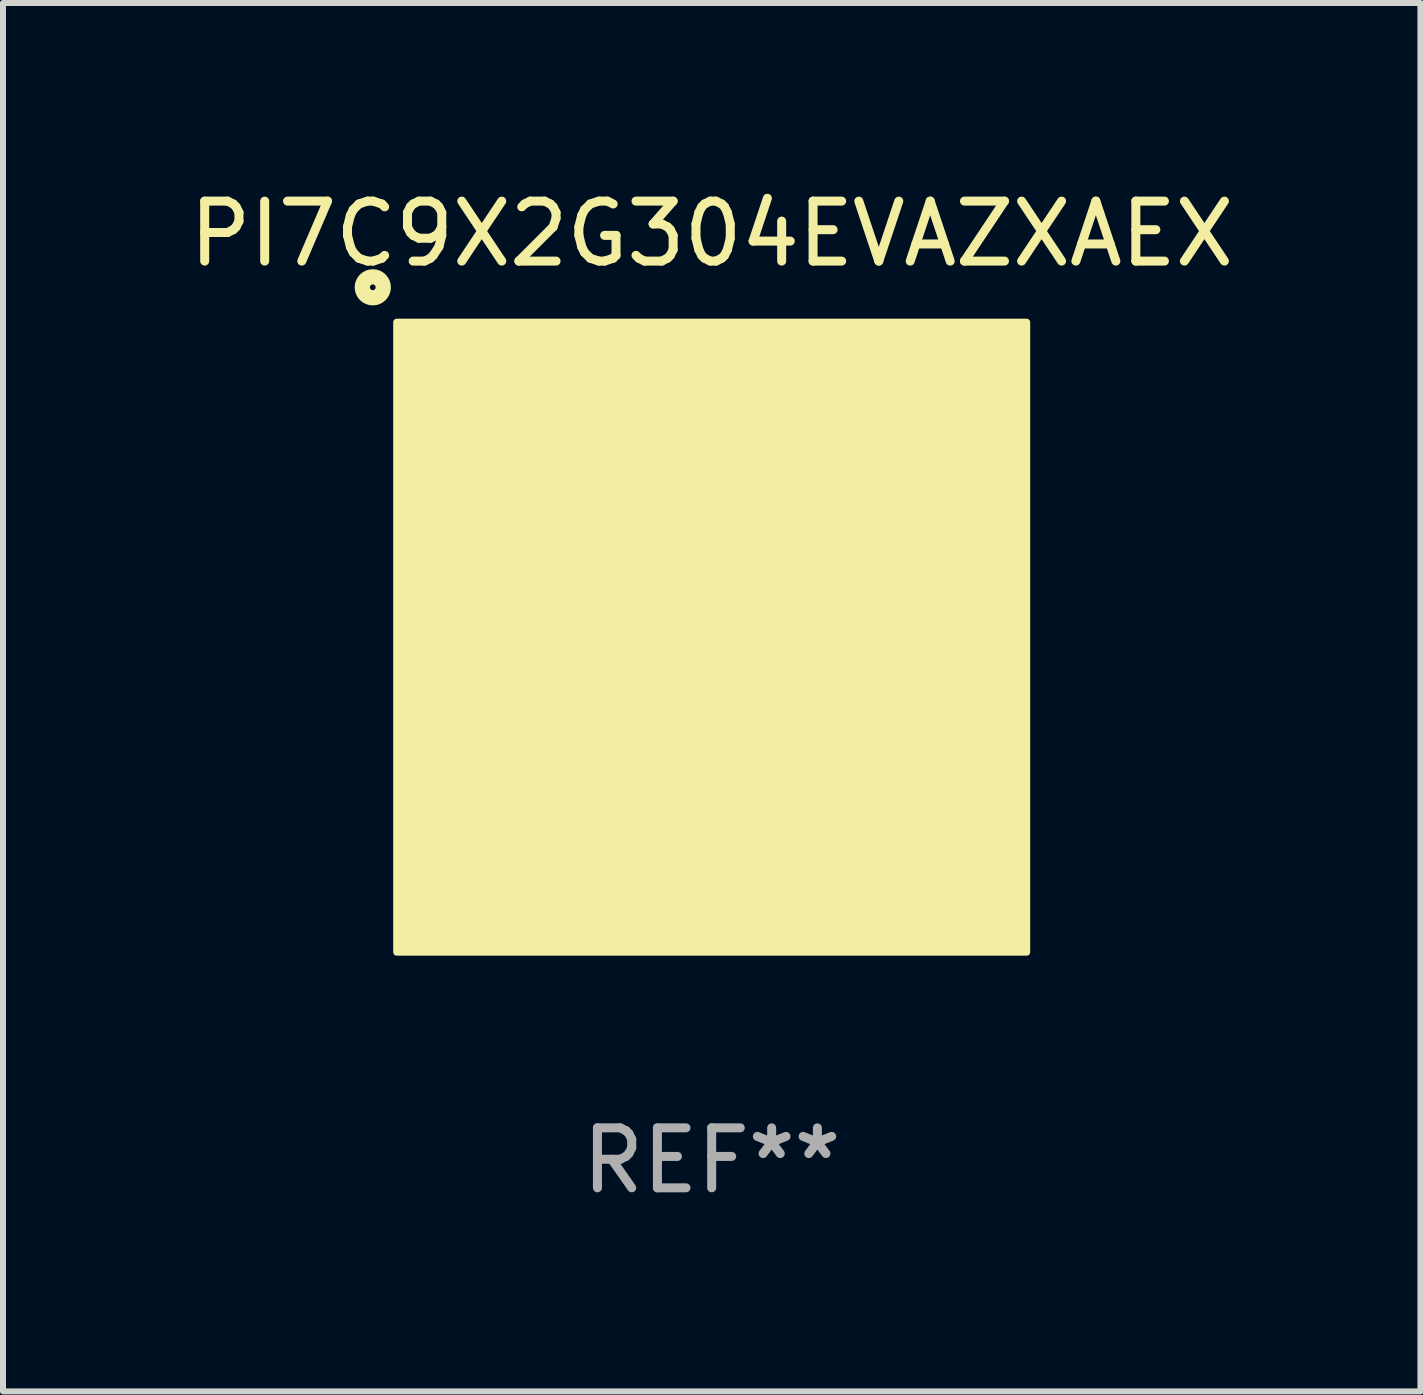
<source format=kicad_pcb>
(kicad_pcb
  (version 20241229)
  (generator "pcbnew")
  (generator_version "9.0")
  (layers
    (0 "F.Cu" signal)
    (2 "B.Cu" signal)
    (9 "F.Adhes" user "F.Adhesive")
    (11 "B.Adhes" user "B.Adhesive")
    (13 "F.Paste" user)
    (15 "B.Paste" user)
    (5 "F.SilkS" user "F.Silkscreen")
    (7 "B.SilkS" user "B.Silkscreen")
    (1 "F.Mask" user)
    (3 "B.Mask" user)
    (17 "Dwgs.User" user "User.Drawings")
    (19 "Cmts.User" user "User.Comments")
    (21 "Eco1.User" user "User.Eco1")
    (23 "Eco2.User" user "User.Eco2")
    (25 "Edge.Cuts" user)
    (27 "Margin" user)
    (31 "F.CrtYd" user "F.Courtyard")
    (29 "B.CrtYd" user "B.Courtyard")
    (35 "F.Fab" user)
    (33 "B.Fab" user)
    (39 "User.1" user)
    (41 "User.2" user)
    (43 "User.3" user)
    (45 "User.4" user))
  (footprint "PI7C9X2G304EVAZXAEX"
    (layer "F.Cu")
    (at 8.815 7.573)
    (property "Reference" "PI7C9X2G304EVAZXAEX" (at 0 -6.725 0) (layer "F.SilkS") (effects (font (size 1 1) (thickness 0.15))))
    (attr through_hole)
    (fp_circle (center -5.65 -5.833) (end -5.475 -5.833) (stroke (width 0.254) (type solid)) (fill no) (layer "F.SilkS"))
    (fp_circle (center -5 -5) (end -4.97 -5) (stroke (width 0.06) (type solid)) (fill no) (layer "F.SilkS"))
    (fp_poly (pts (xy -5.25 -5.25) (xy 5.25 -5.25) (xy 5.25 5.25) (xy -5.25 5.25)) (stroke (width 0.12) (type solid)) (fill yes) (layer "F.SilkS"))
    (fp_text user "REF**" (at 0 8.725 0) (layer "F.Fab") (effects (font (size 1 1) (thickness 0.15))))
    (pad "A1" smd rect (at -4.25 -4.725) (size 0.2 0.35) (layers "F.Cu" "F.Mask" "F.Paste"))
    (pad "A3" smd rect (at -3.75 -4.725) (size 0.2 0.35) (layers "F.Cu" "F.Mask" "F.Paste"))
    (pad "A5" smd rect (at -3.25 -4.725) (size 0.2 0.35) (layers "F.Cu" "F.Mask" "F.Paste"))
    (pad "A7" smd rect (at -2.75 -4.725) (size 0.2 0.35) (layers "F.Cu" "F.Mask" "F.Paste"))
    (pad "A9" smd rect (at -2.25 -4.725) (size 0.2 0.35) (layers "F.Cu" "F.Mask" "F.Paste"))
    (pad "A11" smd rect (at -1.75 -4.725) (size 0.2 0.35) (layers "F.Cu" "F.Mask" "F.Paste"))
    (pad "A13" smd rect (at -1.25 -4.725) (size 0.2 0.35) (layers "F.Cu" "F.Mask" "F.Paste"))
    (pad "A15" smd rect (at -0.75 -4.725) (size 0.2 0.35) (layers "F.Cu" "F.Mask" "F.Paste"))
    (pad "A17" smd rect (at -0.25 -4.725) (size 0.2 0.35) (layers "F.Cu" "F.Mask" "F.Paste"))
    (pad "A19" smd rect (at 0.25 -4.725) (size 0.2 0.35) (layers "F.Cu" "F.Mask" "F.Paste"))
    (pad "A21" smd rect (at 0.75 -4.725) (size 0.2 0.35) (layers "F.Cu" "F.Mask" "F.Paste"))
    (pad "A23" smd rect (at 1.25 -4.725) (size 0.2 0.35) (layers "F.Cu" "F.Mask" "F.Paste"))
    (pad "A25" smd rect (at 1.75 -4.725) (size 0.2 0.35) (layers "F.Cu" "F.Mask" "F.Paste"))
    (pad "A27" smd rect (at 2.25 -4.725) (size 0.2 0.35) (layers "F.Cu" "F.Mask" "F.Paste"))
    (pad "A29" smd rect (at 2.75 -4.725) (size 0.2 0.35) (layers "F.Cu" "F.Mask" "F.Paste"))
    (pad "A31" smd rect (at 3.25 -4.725) (size 0.2 0.35) (layers "F.Cu" "F.Mask" "F.Paste"))
    (pad "A33" smd rect (at 3.75 -4.725) (size 0.2 0.35) (layers "F.Cu" "F.Mask" "F.Paste"))
    (pad "A35" smd rect (at 4.25 -4.725) (size 0.2 0.35) (layers "F.Cu" "F.Mask" "F.Paste"))
    (pad "AA1" smd rect (at -4.725 0.75) (size 0.35 0.2) (layers "F.Cu" "F.Mask" "F.Paste"))
    (pad "AA35" smd rect (at 4.725 0.75 180) (size 0.35 0.2) (layers "F.Cu" "F.Mask" "F.Paste"))
    (pad "AB2" smd rect (at -4.175 1) (size 0.35 0.2) (layers "F.Cu" "F.Mask" "F.Paste"))
    (pad "AB34" smd rect (at 4.175 1) (size 0.35 0.2) (layers "F.Cu" "F.Mask" "F.Paste"))
    (pad "AC1" smd rect (at -4.725 1.25) (size 0.35 0.2) (layers "F.Cu" "F.Mask" "F.Paste"))
    (pad "AC35" smd rect (at 4.725 1.25 180) (size 0.35 0.2) (layers "F.Cu" "F.Mask" "F.Paste"))
    (pad "AD2" smd rect (at -4.175 1.5) (size 0.35 0.2) (layers "F.Cu" "F.Mask" "F.Paste"))
    (pad "AD34" smd rect (at 4.175 1.5) (size 0.35 0.2) (layers "F.Cu" "F.Mask" "F.Paste"))
    (pad "AE1" smd rect (at -4.725 1.75) (size 0.35 0.2) (layers "F.Cu" "F.Mask" "F.Paste"))
    (pad "AE35" smd rect (at 4.725 1.75 180) (size 0.35 0.2) (layers "F.Cu" "F.Mask" "F.Paste"))
    (pad "AF2" smd rect (at -4.175 2) (size 0.35 0.2) (layers "F.Cu" "F.Mask" "F.Paste"))
    (pad "AF34" smd rect (at 4.175 2) (size 0.35 0.2) (layers "F.Cu" "F.Mask" "F.Paste"))
    (pad "AG1" smd rect (at -4.725 2.25) (size 0.35 0.2) (layers "F.Cu" "F.Mask" "F.Paste"))
    (pad "AG35" smd rect (at 4.725 2.25 180) (size 0.35 0.2) (layers "F.Cu" "F.Mask" "F.Paste"))
    (pad "AH2" smd rect (at -4.175 2.5) (size 0.35 0.2) (layers "F.Cu" "F.Mask" "F.Paste"))
    (pad "AH34" smd rect (at 4.175 2.5) (size 0.35 0.2) (layers "F.Cu" "F.Mask" "F.Paste"))
    (pad "AJ1" smd rect (at -4.725 2.75) (size 0.35 0.2) (layers "F.Cu" "F.Mask" "F.Paste"))
    (pad "AJ35" smd rect (at 4.725 2.75 180) (size 0.35 0.2) (layers "F.Cu" "F.Mask" "F.Paste"))
    (pad "AK2" smd rect (at -4.175 3) (size 0.35 0.2) (layers "F.Cu" "F.Mask" "F.Paste"))
    (pad "AK34" smd rect (at 4.175 3) (size 0.35 0.2) (layers "F.Cu" "F.Mask" "F.Paste"))
    (pad "AL1" smd rect (at -4.725 3.25) (size 0.35 0.2) (layers "F.Cu" "F.Mask" "F.Paste"))
    (pad "AL35" smd rect (at 4.725 3.25 180) (size 0.35 0.2) (layers "F.Cu" "F.Mask" "F.Paste"))
    (pad "AM2" smd rect (at -4.175 3.5) (size 0.35 0.2) (layers "F.Cu" "F.Mask" "F.Paste"))
    (pad "AM34" smd rect (at 4.175 3.5) (size 0.35 0.2) (layers "F.Cu" "F.Mask" "F.Paste"))
    (pad "AN1" smd rect (at -4.725 3.75) (size 0.35 0.2) (layers "F.Cu" "F.Mask" "F.Paste"))
    (pad "AN35" smd rect (at 4.725 3.75 180) (size 0.35 0.2) (layers "F.Cu" "F.Mask" "F.Paste"))
    (pad "AP1" smd rect (at -4.725 4.25) (size 0.35 0.2) (layers "F.Cu" "F.Mask" "F.Paste"))
    (pad "AP2" smd rect (at -4 4.175 180) (size 0.2 0.35) (layers "F.Cu" "F.Mask" "F.Paste"))
    (pad "AP4" smd rect (at -3.5 4.175 180) (size 0.2 0.35) (layers "F.Cu" "F.Mask" "F.Paste"))
    (pad "AP6" smd rect (at -3 4.175 180) (size 0.2 0.35) (layers "F.Cu" "F.Mask" "F.Paste"))
    (pad "AP8" smd rect (at -2.5 4.175 180) (size 0.2 0.35) (layers "F.Cu" "F.Mask" "F.Paste"))
    (pad "AP10" smd rect (at -2 4.175 180) (size 0.2 0.35) (layers "F.Cu" "F.Mask" "F.Paste"))
    (pad "AP12" smd rect (at -1.5 4.175 180) (size 0.2 0.35) (layers "F.Cu" "F.Mask" "F.Paste"))
    (pad "AP14" smd rect (at -1 4.175 180) (size 0.2 0.35) (layers "F.Cu" "F.Mask" "F.Paste"))
    (pad "AP16" smd rect (at -0.5 4.175 180) (size 0.2 0.35) (layers "F.Cu" "F.Mask" "F.Paste"))
    (pad "AP18" smd rect (at 0 4.175 180) (size 0.2 0.35) (layers "F.Cu" "F.Mask" "F.Paste"))
    (pad "AP20" smd rect (at 0.5 4.175 180) (size 0.2 0.35) (layers "F.Cu" "F.Mask" "F.Paste"))
    (pad "AP22" smd rect (at 1 4.175 180) (size 0.2 0.35) (layers "F.Cu" "F.Mask" "F.Paste"))
    (pad "AP24" smd rect (at 1.5 4.175 180) (size 0.2 0.35) (layers "F.Cu" "F.Mask" "F.Paste"))
    (pad "AP26" smd rect (at 2 4.175 180) (size 0.2 0.35) (layers "F.Cu" "F.Mask" "F.Paste"))
    (pad "AP28" smd rect (at 2.5 4.175 180) (size 0.2 0.35) (layers "F.Cu" "F.Mask" "F.Paste"))
    (pad "AP30" smd rect (at 3 4.175 180) (size 0.2 0.35) (layers "F.Cu" "F.Mask" "F.Paste"))
    (pad "AP32" smd rect (at 3.5 4.175 180) (size 0.2 0.35) (layers "F.Cu" "F.Mask" "F.Paste"))
    (pad "AP34" smd rect (at 4 4.175 180) (size 0.2 0.35) (layers "F.Cu" "F.Mask" "F.Paste"))
    (pad "AP35" smd rect (at 4.725 4.25 180) (size 0.35 0.2) (layers "F.Cu" "F.Mask" "F.Paste"))
    (pad "AR1" smd rect (at -4.25 4.725) (size 0.2 0.35) (layers "F.Cu" "F.Mask" "F.Paste"))
    (pad "AR3" smd rect (at -3.75 4.725) (size 0.2 0.35) (layers "F.Cu" "F.Mask" "F.Paste"))
    (pad "AR5" smd rect (at -3.25 4.725) (size 0.2 0.35) (layers "F.Cu" "F.Mask" "F.Paste"))
    (pad "AR7" smd rect (at -2.75 4.725) (size 0.2 0.35) (layers "F.Cu" "F.Mask" "F.Paste"))
    (pad "AR9" smd rect (at -2.25 4.725) (size 0.2 0.35) (layers "F.Cu" "F.Mask" "F.Paste"))
    (pad "AR11" smd rect (at -1.75 4.725) (size 0.2 0.35) (layers "F.Cu" "F.Mask" "F.Paste"))
    (pad "AR13" smd rect (at -1.25 4.725) (size 0.2 0.35) (layers "F.Cu" "F.Mask" "F.Paste"))
    (pad "AR15" smd rect (at -0.75 4.725) (size 0.2 0.35) (layers "F.Cu" "F.Mask" "F.Paste"))
    (pad "AR17" smd rect (at -0.25 4.725) (size 0.2 0.35) (layers "F.Cu" "F.Mask" "F.Paste"))
    (pad "AR19" smd rect (at 0.25 4.725) (size 0.2 0.35) (layers "F.Cu" "F.Mask" "F.Paste"))
    (pad "AR21" smd rect (at 0.75 4.725) (size 0.2 0.35) (layers "F.Cu" "F.Mask" "F.Paste"))
    (pad "AR23" smd rect (at 1.25 4.725) (size 0.2 0.35) (layers "F.Cu" "F.Mask" "F.Paste"))
    (pad "AR25" smd rect (at 1.75 4.725) (size 0.2 0.35) (layers "F.Cu" "F.Mask" "F.Paste"))
    (pad "AR27" smd rect (at 2.25 4.725) (size 0.2 0.35) (layers "F.Cu" "F.Mask" "F.Paste"))
    (pad "AR29" smd rect (at 2.75 4.725) (size 0.2 0.35) (layers "F.Cu" "F.Mask" "F.Paste"))
    (pad "AR31" smd rect (at 3.25 4.725) (size 0.2 0.35) (layers "F.Cu" "F.Mask" "F.Paste"))
    (pad "AR33" smd rect (at 3.75 4.725) (size 0.2 0.35) (layers "F.Cu" "F.Mask" "F.Paste"))
    (pad "AR35" smd rect (at 4.25 4.725) (size 0.2 0.35) (layers "F.Cu" "F.Mask" "F.Paste"))
    (pad "B" smd rect (at 0 3.3) (size 6 0.2) (layers "F.Cu" "F.Mask" "F.Paste"))
    (pad "B1" smd rect (at -4.725 -4.25) (size 0.35 0.2) (layers "F.Cu" "F.Mask" "F.Paste"))
    (pad "B2" smd rect (at -4 -4.175) (size 0.2 0.35) (layers "F.Cu" "F.Mask" "F.Paste"))
    (pad "B4" smd rect (at -3.5 -4.175) (size 0.2 0.35) (layers "F.Cu" "F.Mask" "F.Paste"))
    (pad "B6" smd rect (at -3 -4.175) (size 0.2 0.35) (layers "F.Cu" "F.Mask" "F.Paste"))
    (pad "B8" smd rect (at -2.5 -4.175) (size 0.2 0.35) (layers "F.Cu" "F.Mask" "F.Paste"))
    (pad "B10" smd rect (at -2 -4.175) (size 0.2 0.35) (layers "F.Cu" "F.Mask" "F.Paste"))
    (pad "B12" smd rect (at -1.5 -4.175) (size 0.2 0.35) (layers "F.Cu" "F.Mask" "F.Paste"))
    (pad "B14" smd rect (at -1 -4.175) (size 0.2 0.35) (layers "F.Cu" "F.Mask" "F.Paste"))
    (pad "B16" smd rect (at -0.5 -4.175) (size 0.2 0.35) (layers "F.Cu" "F.Mask" "F.Paste"))
    (pad "B18" smd rect (at 0 -4.175) (size 0.2 0.35) (layers "F.Cu" "F.Mask" "F.Paste"))
    (pad "B20" smd rect (at 0.5 -4.175) (size 0.2 0.35) (layers "F.Cu" "F.Mask" "F.Paste"))
    (pad "B22" smd rect (at 1 -4.175) (size 0.2 0.35) (layers "F.Cu" "F.Mask" "F.Paste"))
    (pad "B24" smd rect (at 1.5 -4.175) (size 0.2 0.35) (layers "F.Cu" "F.Mask" "F.Paste"))
    (pad "B26" smd rect (at 2 -4.175) (size 0.2 0.35) (layers "F.Cu" "F.Mask" "F.Paste"))
    (pad "B28" smd rect (at 2.5 -4.175) (size 0.2 0.35) (layers "F.Cu" "F.Mask" "F.Paste"))
    (pad "B30" smd rect (at 3 -4.175) (size 0.2 0.35) (layers "F.Cu" "F.Mask" "F.Paste"))
    (pad "B32" smd rect (at 3.5 -4.175) (size 0.2 0.35) (layers "F.Cu" "F.Mask" "F.Paste"))
    (pad "B34" smd rect (at 4 -4.175) (size 0.2 0.35) (layers "F.Cu" "F.Mask" "F.Paste"))
    (pad "B35" smd rect (at 4.725 -4.25 180) (size 0.35 0.2) (layers "F.Cu" "F.Mask" "F.Paste"))
    (pad "C1" smd rect (at -4.725 -3.75) (size 0.35 0.2) (layers "F.Cu" "F.Mask" "F.Paste"))
    (pad "C35" smd rect (at 4.725 -3.75 180) (size 0.35 0.2) (layers "F.Cu" "F.Mask" "F.Paste"))
    (pad "D2" smd rect (at -4.175 -3.5) (size 0.35 0.2) (layers "F.Cu" "F.Mask" "F.Paste"))
    (pad "D34" smd rect (at 4.175 -3.5) (size 0.35 0.2) (layers "F.Cu" "F.Mask" "F.Paste"))
    (pad "E1" smd rect (at -4.725 -3.25) (size 0.35 0.2) (layers "F.Cu" "F.Mask" "F.Paste"))
    (pad "E35" smd rect (at 4.725 -3.25 180) (size 0.35 0.2) (layers "F.Cu" "F.Mask" "F.Paste"))
    (pad "F2" smd rect (at -4.175 -3) (size 0.35 0.2) (layers "F.Cu" "F.Mask" "F.Paste"))
    (pad "F34" smd rect (at 4.175 -3) (size 0.35 0.2) (layers "F.Cu" "F.Mask" "F.Paste"))
    (pad "G1" smd rect (at -4.725 -2.75) (size 0.35 0.2) (layers "F.Cu" "F.Mask" "F.Paste"))
    (pad "G35" smd rect (at 4.725 -2.75 180) (size 0.35 0.2) (layers "F.Cu" "F.Mask" "F.Paste"))
    (pad "GND" smd rect (at 0 -0.000127) (size 6 6) (layers "F.Cu" "F.Mask" "F.Paste"))
    (pad "H2" smd rect (at -4.175 -2.5) (size 0.35 0.2) (layers "F.Cu" "F.Mask" "F.Paste"))
    (pad "H34" smd rect (at 4.175 -2.5) (size 0.35 0.2) (layers "F.Cu" "F.Mask" "F.Paste"))
    (pad "J1" smd rect (at -4.725 -2.25) (size 0.35 0.2) (layers "F.Cu" "F.Mask" "F.Paste"))
    (pad "J35" smd rect (at 4.725 -2.25 180) (size 0.35 0.2) (layers "F.Cu" "F.Mask" "F.Paste"))
    (pad "K2" smd rect (at -4.175 -2) (size 0.35 0.2) (layers "F.Cu" "F.Mask" "F.Paste"))
    (pad "K34" smd rect (at 4.175 -2) (size 0.35 0.2) (layers "F.Cu" "F.Mask" "F.Paste"))
    (pad "L" smd rect (at 3.3 -0.000127) (size 0.2 6) (layers "F.Cu" "F.Mask" "F.Paste"))
    (pad "L1" smd rect (at -4.725 -1.75) (size 0.35 0.2) (layers "F.Cu" "F.Mask" "F.Paste"))
    (pad "L35" smd rect (at 4.725 -1.75 180) (size 0.35 0.2) (layers "F.Cu" "F.Mask" "F.Paste"))
    (pad "M2" smd rect (at -4.175 -1.5) (size 0.35 0.2) (layers "F.Cu" "F.Mask" "F.Paste"))
    (pad "M34" smd rect (at 4.175 -1.5) (size 0.35 0.2) (layers "F.Cu" "F.Mask" "F.Paste"))
    (pad "N1" smd rect (at -4.725 -1.25) (size 0.35 0.2) (layers "F.Cu" "F.Mask" "F.Paste"))
    (pad "N35" smd rect (at 4.725 -1.25 180) (size 0.35 0.2) (layers "F.Cu" "F.Mask" "F.Paste"))
    (pad "P2" smd rect (at -4.175 -1) (size 0.35 0.2) (layers "F.Cu" "F.Mask" "F.Paste"))
    (pad "P34" smd rect (at 4.175 -1) (size 0.35 0.2) (layers "F.Cu" "F.Mask" "F.Paste"))
    (pad "R" smd rect (at -3.3 -0.000127) (size 0.2 6) (layers "F.Cu" "F.Mask" "F.Paste"))
    (pad "R1" smd rect (at -4.725 -0.75) (size 0.35 0.2) (layers "F.Cu" "F.Mask" "F.Paste"))
    (pad "R35" smd rect (at 4.725 -0.75 180) (size 0.35 0.2) (layers "F.Cu" "F.Mask" "F.Paste"))
    (pad "T" smd rect (at 0 -3.3) (size 6 0.2) (layers "F.Cu" "F.Mask" "F.Paste"))
    (pad "T2" smd rect (at -4.175 -0.5) (size 0.35 0.2) (layers "F.Cu" "F.Mask" "F.Paste"))
    (pad "T34" smd rect (at 4.175 -0.5) (size 0.35 0.2) (layers "F.Cu" "F.Mask" "F.Paste"))
    (pad "U1" smd rect (at -4.725 -0.25) (size 0.35 0.2) (layers "F.Cu" "F.Mask" "F.Paste"))
    (pad "U35" smd rect (at 4.725 -0.25 180) (size 0.35 0.2) (layers "F.Cu" "F.Mask" "F.Paste"))
    (pad "V2" smd rect (at -4.175 -0.000127) (size 0.35 0.2) (layers "F.Cu" "F.Mask" "F.Paste"))
    (pad "V34" smd rect (at 4.175 -0.000127) (size 0.35 0.2) (layers "F.Cu" "F.Mask" "F.Paste"))
    (pad "W1" smd rect (at -4.725 0.25) (size 0.35 0.2) (layers "F.Cu" "F.Mask" "F.Paste"))
    (pad "W35" smd rect (at 4.725 0.25 180) (size 0.35 0.2) (layers "F.Cu" "F.Mask" "F.Paste"))
    (pad "Y2" smd rect (at -4.175 0.5) (size 0.35 0.2) (layers "F.Cu" "F.Mask" "F.Paste"))
    (pad "Y34" smd rect (at 4.175 0.5) (size 0.35 0.2) (layers "F.Cu" "F.Mask" "F.Paste")))
  (gr_rect
    (start -3 -3)
    (end 20.631 20.147)
    (stroke (width 0.1) (type default))
    (fill no)
    (layer "Edge.Cuts")))
</source>
